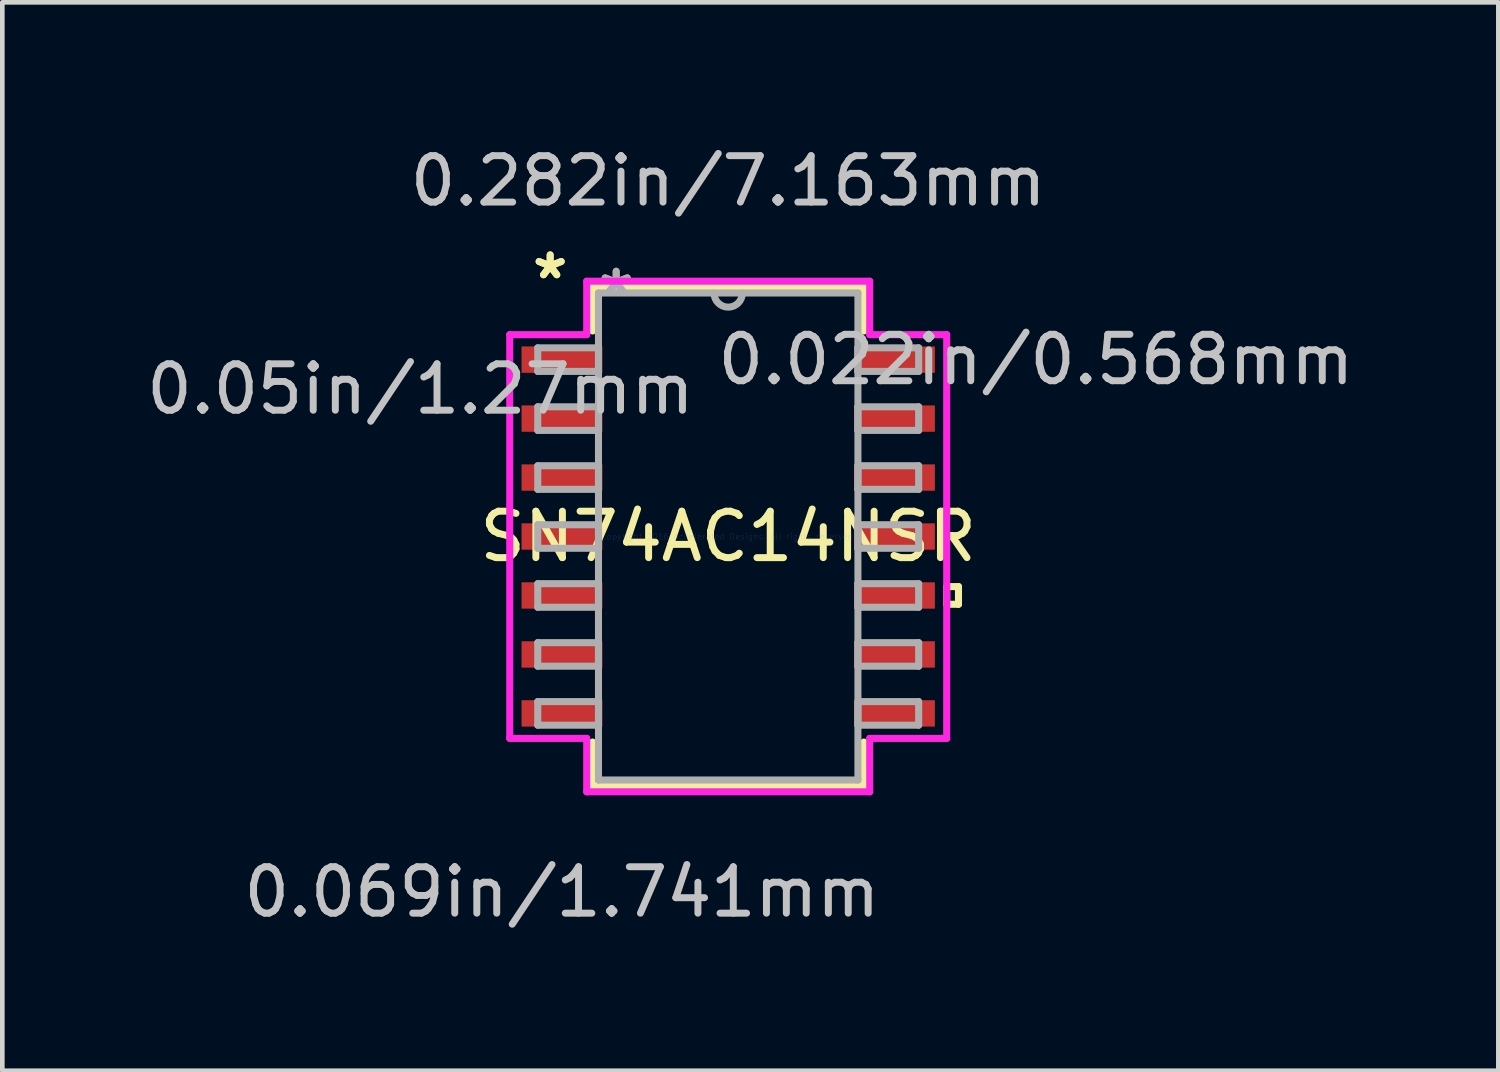
<source format=kicad_pcb>
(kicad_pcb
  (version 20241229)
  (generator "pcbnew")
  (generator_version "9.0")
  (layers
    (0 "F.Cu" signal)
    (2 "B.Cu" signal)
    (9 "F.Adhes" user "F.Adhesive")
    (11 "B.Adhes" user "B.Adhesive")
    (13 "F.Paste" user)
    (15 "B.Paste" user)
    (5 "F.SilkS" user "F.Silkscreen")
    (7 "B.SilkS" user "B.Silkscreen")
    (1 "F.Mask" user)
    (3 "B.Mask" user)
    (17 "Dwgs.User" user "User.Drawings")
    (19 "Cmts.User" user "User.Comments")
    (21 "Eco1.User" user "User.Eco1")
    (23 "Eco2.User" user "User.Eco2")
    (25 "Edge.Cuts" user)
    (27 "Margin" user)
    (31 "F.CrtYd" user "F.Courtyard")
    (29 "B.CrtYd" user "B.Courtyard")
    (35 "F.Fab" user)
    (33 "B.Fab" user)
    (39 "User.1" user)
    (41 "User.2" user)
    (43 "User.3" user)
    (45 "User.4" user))
  (footprint "SN74AC14NSR"
    (layer "F.Cu")
    (at 12.635 8.506)
    (property "Reference" "SN74AC14NSR" (at 0 0 0) (layer "F.SilkS") (effects (font (size 1 1) (thickness 0.15))))
    (attr through_hole)
    (fp_line (start -2.921 -5.372) (end -2.921 -4.427) (stroke (width 0.152) (type solid)) (layer "F.SilkS"))
    (fp_line (start -2.921 4.427) (end -2.921 5.372) (stroke (width 0.152) (type solid)) (layer "F.SilkS"))
    (fp_line (start -2.921 5.372) (end 2.921 5.372) (stroke (width 0.152) (type solid)) (layer "F.SilkS"))
    (fp_line (start 2.921 -5.372) (end -2.921 -5.372) (stroke (width 0.152) (type solid)) (layer "F.SilkS"))
    (fp_line (start 2.921 -4.427) (end 2.921 -5.372) (stroke (width 0.152) (type solid)) (layer "F.SilkS"))
    (fp_line (start 2.921 5.372) (end 2.921 4.427) (stroke (width 0.152) (type solid)) (layer "F.SilkS"))
    (fp_line (start 4.706 1.079) (end 4.96 1.079) (stroke (width 0.152) (type solid)) (layer "F.SilkS"))
    (fp_line (start 4.706 1.46) (end 4.706 1.079) (stroke (width 0.152) (type solid)) (layer "F.SilkS"))
    (fp_line (start 4.96 1.079) (end 4.96 1.46) (stroke (width 0.152) (type solid)) (layer "F.SilkS"))
    (fp_line (start 4.96 1.46) (end 4.706 1.46) (stroke (width 0.152) (type solid)) (layer "F.SilkS"))
    (fp_line (start -4.706 -4.348) (end -3.048 -4.348) (stroke (width 0.152) (type solid)) (layer "F.CrtYd"))
    (fp_line (start -4.706 4.348) (end -4.706 -4.348) (stroke (width 0.152) (type solid)) (layer "F.CrtYd"))
    (fp_line (start -3.048 -5.499) (end 3.048 -5.499) (stroke (width 0.152) (type solid)) (layer "F.CrtYd"))
    (fp_line (start -3.048 -4.348) (end -3.048 -5.499) (stroke (width 0.152) (type solid)) (layer "F.CrtYd"))
    (fp_line (start -3.048 4.348) (end -4.706 4.348) (stroke (width 0.152) (type solid)) (layer "F.CrtYd"))
    (fp_line (start -3.048 5.499) (end -3.048 4.348) (stroke (width 0.152) (type solid)) (layer "F.CrtYd"))
    (fp_line (start 3.048 -5.499) (end 3.048 -4.348) (stroke (width 0.152) (type solid)) (layer "F.CrtYd"))
    (fp_line (start 3.048 -4.348) (end 4.706 -4.348) (stroke (width 0.152) (type solid)) (layer "F.CrtYd"))
    (fp_line (start 3.048 4.348) (end 3.048 5.499) (stroke (width 0.152) (type solid)) (layer "F.CrtYd"))
    (fp_line (start 3.048 5.499) (end -3.048 5.499) (stroke (width 0.152) (type solid)) (layer "F.CrtYd"))
    (fp_line (start 4.706 -4.348) (end 4.706 4.348) (stroke (width 0.152) (type solid)) (layer "F.CrtYd"))
    (fp_line (start 4.706 4.348) (end 3.048 4.348) (stroke (width 0.152) (type solid)) (layer "F.CrtYd"))
    (fp_line (start -4.102 -4.064) (end -4.102 -3.556) (stroke (width 0.152) (type solid)) (layer "F.Fab"))
    (fp_line (start -4.102 -3.556) (end -2.794 -3.556) (stroke (width 0.152) (type solid)) (layer "F.Fab"))
    (fp_line (start -4.102 -2.794) (end -4.102 -2.286) (stroke (width 0.152) (type solid)) (layer "F.Fab"))
    (fp_line (start -4.102 -2.286) (end -2.794 -2.286) (stroke (width 0.152) (type solid)) (layer "F.Fab"))
    (fp_line (start -4.102 -1.524) (end -4.102 -1.016) (stroke (width 0.152) (type solid)) (layer "F.Fab"))
    (fp_line (start -4.102 -1.016) (end -2.794 -1.016) (stroke (width 0.152) (type solid)) (layer "F.Fab"))
    (fp_line (start -4.102 -0.254) (end -4.102 0.254) (stroke (width 0.152) (type solid)) (layer "F.Fab"))
    (fp_line (start -4.102 0.254) (end -2.794 0.254) (stroke (width 0.152) (type solid)) (layer "F.Fab"))
    (fp_line (start -4.102 1.016) (end -4.102 1.524) (stroke (width 0.152) (type solid)) (layer "F.Fab"))
    (fp_line (start -4.102 1.524) (end -2.794 1.524) (stroke (width 0.152) (type solid)) (layer "F.Fab"))
    (fp_line (start -4.102 2.286) (end -4.102 2.794) (stroke (width 0.152) (type solid)) (layer "F.Fab"))
    (fp_line (start -4.102 2.794) (end -2.794 2.794) (stroke (width 0.152) (type solid)) (layer "F.Fab"))
    (fp_line (start -4.102 3.556) (end -4.102 4.064) (stroke (width 0.152) (type solid)) (layer "F.Fab"))
    (fp_line (start -4.102 4.064) (end -2.794 4.064) (stroke (width 0.152) (type solid)) (layer "F.Fab"))
    (fp_line (start -2.794 -5.245) (end -2.794 5.245) (stroke (width 0.152) (type solid)) (layer "F.Fab"))
    (fp_line (start -2.794 -4.064) (end -4.102 -4.064) (stroke (width 0.152) (type solid)) (layer "F.Fab"))
    (fp_line (start -2.794 -3.556) (end -2.794 -4.064) (stroke (width 0.152) (type solid)) (layer "F.Fab"))
    (fp_line (start -2.794 -2.794) (end -4.102 -2.794) (stroke (width 0.152) (type solid)) (layer "F.Fab"))
    (fp_line (start -2.794 -2.286) (end -2.794 -2.794) (stroke (width 0.152) (type solid)) (layer "F.Fab"))
    (fp_line (start -2.794 -1.524) (end -4.102 -1.524) (stroke (width 0.152) (type solid)) (layer "F.Fab"))
    (fp_line (start -2.794 -1.016) (end -2.794 -1.524) (stroke (width 0.152) (type solid)) (layer "F.Fab"))
    (fp_line (start -2.794 -0.254) (end -4.102 -0.254) (stroke (width 0.152) (type solid)) (layer "F.Fab"))
    (fp_line (start -2.794 0.254) (end -2.794 -0.254) (stroke (width 0.152) (type solid)) (layer "F.Fab"))
    (fp_line (start -2.794 1.016) (end -4.102 1.016) (stroke (width 0.152) (type solid)) (layer "F.Fab"))
    (fp_line (start -2.794 1.524) (end -2.794 1.016) (stroke (width 0.152) (type solid)) (layer "F.Fab"))
    (fp_line (start -2.794 2.286) (end -4.102 2.286) (stroke (width 0.152) (type solid)) (layer "F.Fab"))
    (fp_line (start -2.794 2.794) (end -2.794 2.286) (stroke (width 0.152) (type solid)) (layer "F.Fab"))
    (fp_line (start -2.794 3.556) (end -4.102 3.556) (stroke (width 0.152) (type solid)) (layer "F.Fab"))
    (fp_line (start -2.794 4.064) (end -2.794 3.556) (stroke (width 0.152) (type solid)) (layer "F.Fab"))
    (fp_line (start -2.794 5.245) (end 2.794 5.245) (stroke (width 0.152) (type solid)) (layer "F.Fab"))
    (fp_line (start 2.794 -5.245) (end -2.794 -5.245) (stroke (width 0.152) (type solid)) (layer "F.Fab"))
    (fp_line (start 2.794 -4.064) (end 2.794 -3.556) (stroke (width 0.152) (type solid)) (layer "F.Fab"))
    (fp_line (start 2.794 -3.556) (end 4.102 -3.556) (stroke (width 0.152) (type solid)) (layer "F.Fab"))
    (fp_line (start 2.794 -2.794) (end 2.794 -2.286) (stroke (width 0.152) (type solid)) (layer "F.Fab"))
    (fp_line (start 2.794 -2.286) (end 4.102 -2.286) (stroke (width 0.152) (type solid)) (layer "F.Fab"))
    (fp_line (start 2.794 -1.524) (end 2.794 -1.016) (stroke (width 0.152) (type solid)) (layer "F.Fab"))
    (fp_line (start 2.794 -1.016) (end 4.102 -1.016) (stroke (width 0.152) (type solid)) (layer "F.Fab"))
    (fp_line (start 2.794 -0.254) (end 2.794 0.254) (stroke (width 0.152) (type solid)) (layer "F.Fab"))
    (fp_line (start 2.794 0.254) (end 4.102 0.254) (stroke (width 0.152) (type solid)) (layer "F.Fab"))
    (fp_line (start 2.794 1.016) (end 2.794 1.524) (stroke (width 0.152) (type solid)) (layer "F.Fab"))
    (fp_line (start 2.794 1.524) (end 4.102 1.524) (stroke (width 0.152) (type solid)) (layer "F.Fab"))
    (fp_line (start 2.794 2.286) (end 2.794 2.794) (stroke (width 0.152) (type solid)) (layer "F.Fab"))
    (fp_line (start 2.794 2.794) (end 4.102 2.794) (stroke (width 0.152) (type solid)) (layer "F.Fab"))
    (fp_line (start 2.794 3.556) (end 2.794 4.064) (stroke (width 0.152) (type solid)) (layer "F.Fab"))
    (fp_line (start 2.794 4.064) (end 4.102 4.064) (stroke (width 0.152) (type solid)) (layer "F.Fab"))
    (fp_line (start 2.794 5.245) (end 2.794 -5.245) (stroke (width 0.152) (type solid)) (layer "F.Fab"))
    (fp_line (start 4.102 -4.064) (end 2.794 -4.064) (stroke (width 0.152) (type solid)) (layer "F.Fab"))
    (fp_line (start 4.102 -3.556) (end 4.102 -4.064) (stroke (width 0.152) (type solid)) (layer "F.Fab"))
    (fp_line (start 4.102 -2.794) (end 2.794 -2.794) (stroke (width 0.152) (type solid)) (layer "F.Fab"))
    (fp_line (start 4.102 -2.286) (end 4.102 -2.794) (stroke (width 0.152) (type solid)) (layer "F.Fab"))
    (fp_line (start 4.102 -1.524) (end 2.794 -1.524) (stroke (width 0.152) (type solid)) (layer "F.Fab"))
    (fp_line (start 4.102 -1.016) (end 4.102 -1.524) (stroke (width 0.152) (type solid)) (layer "F.Fab"))
    (fp_line (start 4.102 -0.254) (end 2.794 -0.254) (stroke (width 0.152) (type solid)) (layer "F.Fab"))
    (fp_line (start 4.102 0.254) (end 4.102 -0.254) (stroke (width 0.152) (type solid)) (layer "F.Fab"))
    (fp_line (start 4.102 1.016) (end 2.794 1.016) (stroke (width 0.152) (type solid)) (layer "F.Fab"))
    (fp_line (start 4.102 1.524) (end 4.102 1.016) (stroke (width 0.152) (type solid)) (layer "F.Fab"))
    (fp_line (start 4.102 2.286) (end 2.794 2.286) (stroke (width 0.152) (type solid)) (layer "F.Fab"))
    (fp_line (start 4.102 2.794) (end 4.102 2.286) (stroke (width 0.152) (type solid)) (layer "F.Fab"))
    (fp_line (start 4.102 3.556) (end 2.794 3.556) (stroke (width 0.152) (type solid)) (layer "F.Fab"))
    (fp_line (start 4.102 4.064) (end 4.102 3.556) (stroke (width 0.152) (type solid)) (layer "F.Fab"))
    (fp_arc (start 0.3048 -5.2451) (mid 0 -4.9403) (end -0.3048 -5.2451) (stroke (width 0.1524) (type solid)) (layer "F.Fab"))
    (fp_text user "*" (at -3.835 -5.521 0) (layer "F.SilkS") (effects (font (size 1 1) (thickness 0.15))))
    (fp_text user "*" (at -3.835 -5.521 0) (layer "F.SilkS") (effects (font (size 1 1) (thickness 0.15))))
    (fp_text user "0.069in/1.741mm" (at -3.581 7.658 0) (layer "Dwgs.User") (effects (font (size 1 1) (thickness 0.15))))
    (fp_text user "0.282in/7.163mm" (at 0 -7.658 0) (layer "Dwgs.User") (effects (font (size 1 1) (thickness 0.15))))
    (fp_text user "0.022in/0.568mm" (at 6.629 -3.81 0) (layer "Dwgs.User") (effects (font (size 1 1) (thickness 0.15))))
    (fp_text user "0.05in/1.27mm" (at -6.629 -3.175 0) (layer "Dwgs.User") (effects (font (size 1 1) (thickness 0.15))))
    (fp_text user "Copyright 2016 Accelerated Designs. All rights reserved." (at 0 0 0) (layer "Cmts.User") (effects (font (size 0.127 0.127) (thickness 0.002))))
    (fp_text user "*" (at -2.413 -5.169 0) (layer "F.Fab") (effects (font (size 1 1) (thickness 0.15))))
    (fp_text user "*" (at -2.413 -5.169 0) (layer "F.Fab") (effects (font (size 1 1) (thickness 0.15))))
    (pad "1" smd rect (at -3.581 -3.81) (size 1.741 0.568) (layers "F.Cu" "F.Mask" "F.Paste"))
    (pad "2" smd rect (at -3.581 -2.54) (size 1.741 0.568) (layers "F.Cu" "F.Mask" "F.Paste"))
    (pad "3" smd rect (at -3.581 -1.27) (size 1.741 0.568) (layers "F.Cu" "F.Mask" "F.Paste"))
    (pad "4" smd rect (at -3.581 0) (size 1.741 0.568) (layers "F.Cu" "F.Mask" "F.Paste"))
    (pad "5" smd rect (at -3.581 1.27) (size 1.741 0.568) (layers "F.Cu" "F.Mask" "F.Paste"))
    (pad "6" smd rect (at -3.581 2.54) (size 1.741 0.568) (layers "F.Cu" "F.Mask" "F.Paste"))
    (pad "7" smd rect (at -3.581 3.81) (size 1.741 0.568) (layers "F.Cu" "F.Mask" "F.Paste"))
    (pad "8" smd rect (at 3.581 3.81) (size 1.741 0.568) (layers "F.Cu" "F.Mask" "F.Paste"))
    (pad "9" smd rect (at 3.581 2.54) (size 1.741 0.568) (layers "F.Cu" "F.Mask" "F.Paste"))
    (pad "10" smd rect (at 3.581 1.27) (size 1.741 0.568) (layers "F.Cu" "F.Mask" "F.Paste"))
    (pad "11" smd rect (at 3.581 0) (size 1.741 0.568) (layers "F.Cu" "F.Mask" "F.Paste"))
    (pad "12" smd rect (at 3.581 -1.27) (size 1.741 0.568) (layers "F.Cu" "F.Mask" "F.Paste"))
    (pad "13" smd rect (at 3.581 -2.54) (size 1.741 0.568) (layers "F.Cu" "F.Mask" "F.Paste"))
    (pad "14" smd rect (at 3.581 -3.81) (size 1.741 0.568) (layers "F.Cu" "F.Mask" "F.Paste")))
  (gr_rect
    (start -3 -3)
    (end 29.223 20.013)
    (stroke (width 0.1) (type default))
    (fill no)
    (layer "Edge.Cuts")))
</source>
